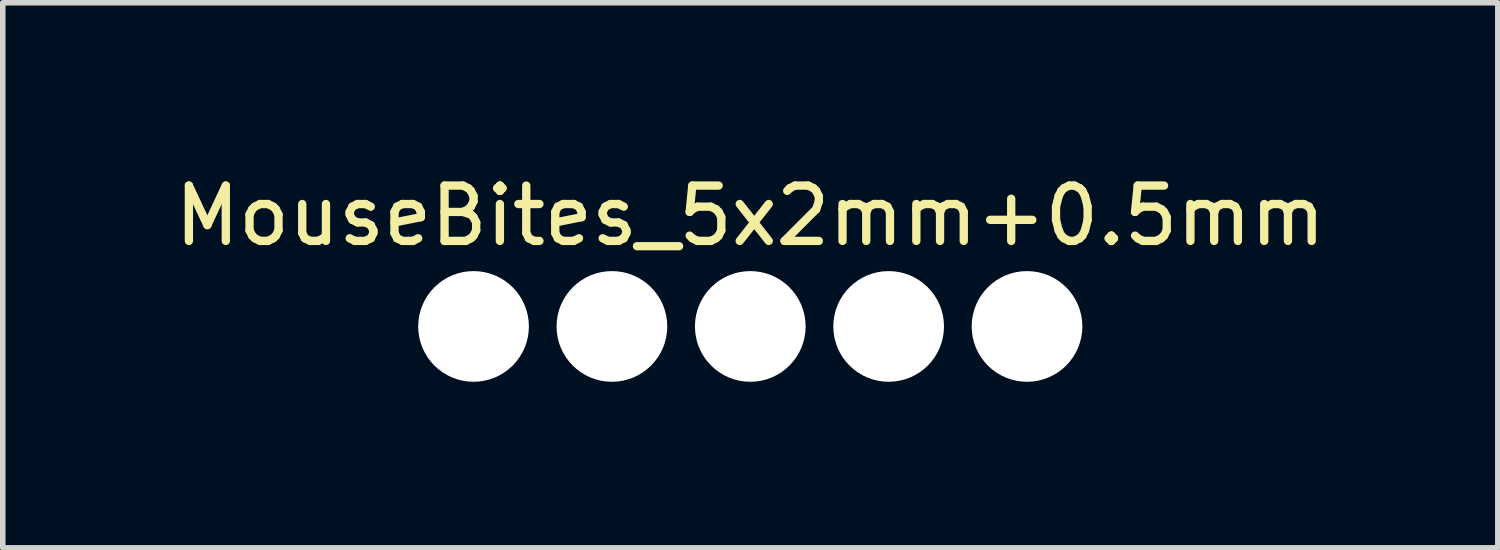
<source format=kicad_pcb>
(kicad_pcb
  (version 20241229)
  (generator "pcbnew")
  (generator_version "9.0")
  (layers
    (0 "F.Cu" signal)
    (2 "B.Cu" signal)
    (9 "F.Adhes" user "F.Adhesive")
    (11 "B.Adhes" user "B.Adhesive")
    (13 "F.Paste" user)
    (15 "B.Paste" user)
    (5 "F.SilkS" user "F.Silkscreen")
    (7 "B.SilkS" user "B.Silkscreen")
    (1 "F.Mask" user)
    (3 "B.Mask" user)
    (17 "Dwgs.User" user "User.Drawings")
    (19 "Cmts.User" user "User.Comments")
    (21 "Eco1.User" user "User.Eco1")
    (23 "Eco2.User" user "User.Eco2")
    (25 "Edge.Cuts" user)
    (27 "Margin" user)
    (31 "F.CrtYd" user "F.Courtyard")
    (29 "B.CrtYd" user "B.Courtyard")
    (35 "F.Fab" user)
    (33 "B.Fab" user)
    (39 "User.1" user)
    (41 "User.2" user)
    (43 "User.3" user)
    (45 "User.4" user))
  (footprint "MouseBites_5x2mm+0.5mm"
    (layer "F.Cu")
    (at 10.506 2.848)
    (property "Reference" "MouseBites_5x2mm+0.5mm" (at 0 -2 0) (unlocked yes) (layer "F.SilkS") (effects (font (size 1 1) (thickness 0.15))))
    (pad "" np_thru_hole circle (at -5 0) (size 2 2) (drill 2) (layers "*.Cu" "*.Mask"))
    (pad "" np_thru_hole circle (at -2.5 0) (size 2 2) (drill 2) (layers "*.Cu" "*.Mask"))
    (pad "" np_thru_hole circle (at 0 0) (size 2 2) (drill 2) (layers "*.Cu" "*.Mask"))
    (pad "" np_thru_hole circle (at 2.5 0) (size 2 2) (drill 2) (layers "*.Cu" "*.Mask"))
    (pad "" np_thru_hole circle (at 5 0) (size 2 2) (drill 2) (layers "*.Cu" "*.Mask")))
  (gr_rect
    (start -3 -3)
    (end 24.012 6.848)
    (stroke (width 0.1) (type default))
    (fill no)
    (layer "Edge.Cuts")))
</source>
